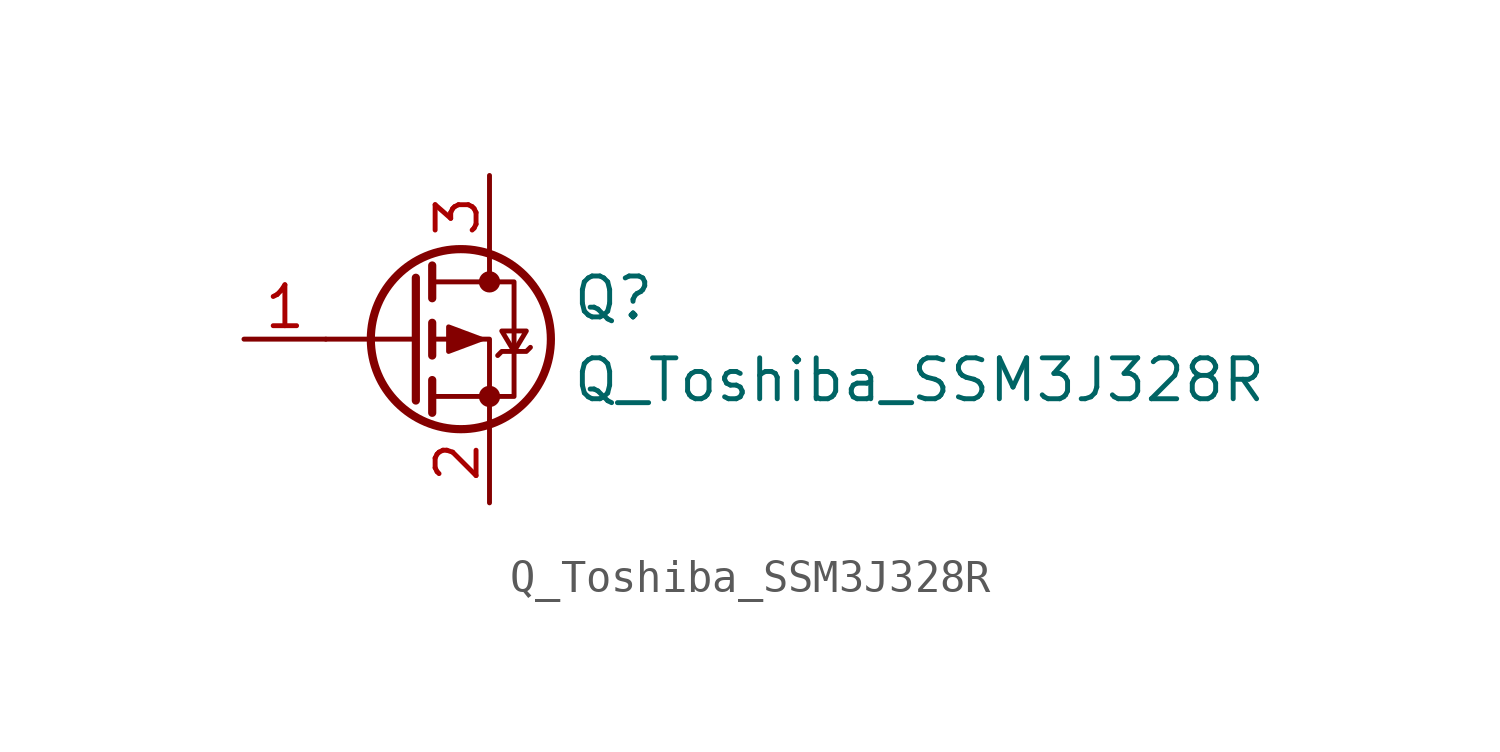
<source format=kicad_sym>
(kicad_symbol_lib
  (version 20231120)
  (generator "kicad_symbol_editor")
  (generator_version "8.0")
  (symbol "Q_Toshiba_SSM3J328R"
    (pin_names
      (offset 0) hide)
    (property "Reference" "Q"
      (at 5.08 1.27 0)
      (effects (font (size 1.27 1.27)) (justify left)))
    (property "Value" "Q_Toshiba_SSM3J328R"
      (at 5.08 -1.27 0)
      (effects (font (size 1.27 1.27)) (justify left)))
    (symbol "Q_Toshiba_SSM3J328R_0_1"
      (polyline (pts (xy 0.254 0) (xy -2.54 0)) (stroke (width 0) (type default)) (fill (type none)))
      (polyline (pts (xy 0.254 1.905) (xy 0.254 -1.905)) (stroke (width 0.254) (type default)) (fill (type none)))
      (polyline (pts (xy 0.762 -1.27) (xy 0.762 -2.286)) (stroke (width 0.254) (type default)) (fill (type none)))
      (polyline (pts (xy 0.762 0.508) (xy 0.762 -0.508)) (stroke (width 0.254) (type default)) (fill (type none)))
      (polyline (pts (xy 0.762 2.286) (xy 0.762 1.27)) (stroke (width 0.254) (type default)) (fill (type none)))
      (polyline (pts (xy 2.54 2.54) (xy 2.54 1.778)) (stroke (width 0) (type default)) (fill (type none)))
      (polyline (pts (xy 2.54 -2.54) (xy 2.54 0) (xy 0.762 0)) (stroke (width 0) (type default)) (fill (type none)))
      (polyline (pts (xy 0.762 1.778) (xy 3.302 1.778) (xy 3.302 -1.778) (xy 0.762 -1.778)) (stroke (width 0) (type default)) (fill (type none)))
      (polyline (pts (xy 2.286 0) (xy 1.27 0.381) (xy 1.27 -0.381) (xy 2.286 0)) (stroke (width 0) (type default)) (fill (type outline)))
      (polyline (pts (xy 2.794 -0.508) (xy 2.921 -0.381) (xy 3.683 -0.381) (xy 3.81 -0.254)) (stroke (width 0) (type default)) (fill (type none)))
      (polyline (pts (xy 3.302 -0.381) (xy 2.921 0.254) (xy 3.683 0.254) (xy 3.302 -0.381)) (stroke (width 0) (type default)) (fill (type none)))
      (circle (center 1.651 0) (radius 2.794) (stroke (width 0.254) (type default)) (fill (type none)))
      (circle (center 2.54 -1.778) (radius 0.254) (stroke (width 0) (type default)) (fill (type outline)))
      (circle (center 2.54 1.778) (radius 0.254) (stroke (width 0) (type default)) (fill (type outline))))
    (symbol "Q_Toshiba_SSM3J328R_1_1"
      (pin input line (at -5.08 0 0) (length 2.54) (name "G" (effects (font (size 1.27 1.27)))) (number "1" (effects (font (size 1.27 1.27)))))
      (pin passive line (at 2.54 -5.08 90) (length 2.54) (name "S" (effects (font (size 1.27 1.27)))) (number "2" (effects (font (size 1.27 1.27)))))
      (pin passive line (at 2.54 5.08 270) (length 2.54) (name "D" (effects (font (size 1.27 1.27)))) (number "3" (effects (font (size 1.27 1.27))))))))
</source>
